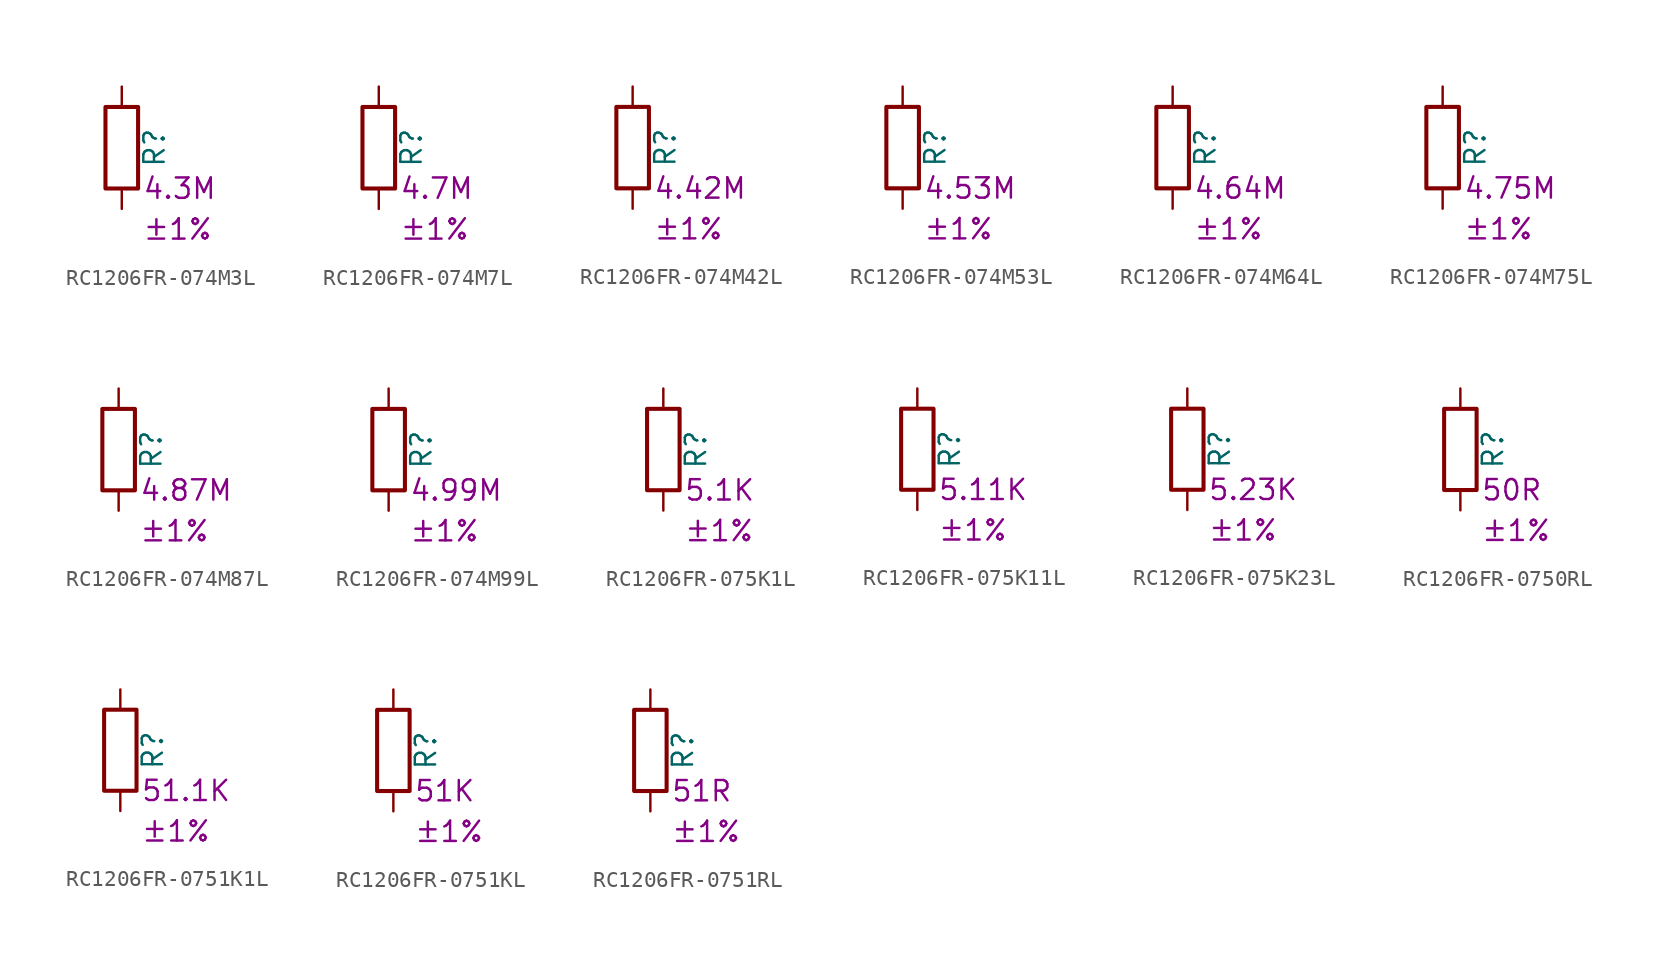
<source format=kicad_sym>
(kicad_symbol_lib
  (version 20220914)
  (generator kicad_symbol_editor)
  (symbol "RC1206FR-074M3L"
    (pin_numbers hide)
    (pin_names
      (offset 0))
    (property "Reference" "R"
      (at 2.032 0 90)
      (effects (font (size 1.27 1.27))))
    (property "Resistance" "4.3M"
      (at 1.27 -2.54 0)
      (effects (font (size 1.27 1.27)) (justify left)))
    (property "Tolerance" "±1%"
      (at 1.27 -5.08 0)
      (effects (font (size 1.27 1.27)) (justify left)))
    (symbol "RC1206FR-074M3L_0_1"
      (rectangle (start -1.016 -2.54) (end 1.016 2.54) (stroke (width 0.254) (type default)) (fill (type none))))
    (symbol "RC1206FR-074M3L_1_1"
      (pin passive line (at 0 3.81 270) (length 1.27) (name "~" (effects (font (size 1.27 1.27)))) (number "1" (effects (font (size 1.27 1.27)))))
      (pin passive line (at 0 -3.81 90) (length 1.27) (name "~" (effects (font (size 1.27 1.27)))) (number "2" (effects (font (size 1.27 1.27)))))))
  (symbol "RC1206FR-074M7L"
    (pin_numbers hide)
    (pin_names
      (offset 0))
    (property "Reference" "R"
      (at 2.032 0 90)
      (effects (font (size 1.27 1.27))))
    (property "Resistance" "4.7M"
      (at 1.27 -2.54 0)
      (effects (font (size 1.27 1.27)) (justify left)))
    (property "Tolerance" "±1%"
      (at 1.27 -5.08 0)
      (effects (font (size 1.27 1.27)) (justify left)))
    (symbol "RC1206FR-074M7L_0_1"
      (rectangle (start -1.016 -2.54) (end 1.016 2.54) (stroke (width 0.254) (type default)) (fill (type none))))
    (symbol "RC1206FR-074M7L_1_1"
      (pin passive line (at 0 3.81 270) (length 1.27) (name "~" (effects (font (size 1.27 1.27)))) (number "1" (effects (font (size 1.27 1.27)))))
      (pin passive line (at 0 -3.81 90) (length 1.27) (name "~" (effects (font (size 1.27 1.27)))) (number "2" (effects (font (size 1.27 1.27)))))))
  (symbol "RC1206FR-074M42L"
    (pin_numbers hide)
    (pin_names
      (offset 0))
    (property "Reference" "R"
      (at 2.032 0 90)
      (effects (font (size 1.27 1.27))))
    (property "Resistance" "4.42M"
      (at 1.27 -2.54 0)
      (effects (font (size 1.27 1.27)) (justify left)))
    (property "Tolerance" "±1%"
      (at 1.27 -5.08 0)
      (effects (font (size 1.27 1.27)) (justify left)))
    (symbol "RC1206FR-074M42L_0_1"
      (rectangle (start -1.016 -2.54) (end 1.016 2.54) (stroke (width 0.254) (type default)) (fill (type none))))
    (symbol "RC1206FR-074M42L_1_1"
      (pin passive line (at 0 3.81 270) (length 1.27) (name "~" (effects (font (size 1.27 1.27)))) (number "1" (effects (font (size 1.27 1.27)))))
      (pin passive line (at 0 -3.81 90) (length 1.27) (name "~" (effects (font (size 1.27 1.27)))) (number "2" (effects (font (size 1.27 1.27)))))))
  (symbol "RC1206FR-074M53L"
    (pin_numbers hide)
    (pin_names
      (offset 0))
    (property "Reference" "R"
      (at 2.032 0 90)
      (effects (font (size 1.27 1.27))))
    (property "Resistance" "4.53M"
      (at 1.27 -2.54 0)
      (effects (font (size 1.27 1.27)) (justify left)))
    (property "Tolerance" "±1%"
      (at 1.27 -5.08 0)
      (effects (font (size 1.27 1.27)) (justify left)))
    (symbol "RC1206FR-074M53L_0_1"
      (rectangle (start -1.016 -2.54) (end 1.016 2.54) (stroke (width 0.254) (type default)) (fill (type none))))
    (symbol "RC1206FR-074M53L_1_1"
      (pin passive line (at 0 3.81 270) (length 1.27) (name "~" (effects (font (size 1.27 1.27)))) (number "1" (effects (font (size 1.27 1.27)))))
      (pin passive line (at 0 -3.81 90) (length 1.27) (name "~" (effects (font (size 1.27 1.27)))) (number "2" (effects (font (size 1.27 1.27)))))))
  (symbol "RC1206FR-074M64L"
    (pin_numbers hide)
    (pin_names
      (offset 0))
    (property "Reference" "R"
      (at 2.032 0 90)
      (effects (font (size 1.27 1.27))))
    (property "Resistance" "4.64M"
      (at 1.27 -2.54 0)
      (effects (font (size 1.27 1.27)) (justify left)))
    (property "Tolerance" "±1%"
      (at 1.27 -5.08 0)
      (effects (font (size 1.27 1.27)) (justify left)))
    (symbol "RC1206FR-074M64L_0_1"
      (rectangle (start -1.016 -2.54) (end 1.016 2.54) (stroke (width 0.254) (type default)) (fill (type none))))
    (symbol "RC1206FR-074M64L_1_1"
      (pin passive line (at 0 3.81 270) (length 1.27) (name "~" (effects (font (size 1.27 1.27)))) (number "1" (effects (font (size 1.27 1.27)))))
      (pin passive line (at 0 -3.81 90) (length 1.27) (name "~" (effects (font (size 1.27 1.27)))) (number "2" (effects (font (size 1.27 1.27)))))))
  (symbol "RC1206FR-074M75L"
    (pin_numbers hide)
    (pin_names
      (offset 0))
    (property "Reference" "R"
      (at 2.032 0 90)
      (effects (font (size 1.27 1.27))))
    (property "Resistance" "4.75M"
      (at 1.27 -2.54 0)
      (effects (font (size 1.27 1.27)) (justify left)))
    (property "Tolerance" "±1%"
      (at 1.27 -5.08 0)
      (effects (font (size 1.27 1.27)) (justify left)))
    (symbol "RC1206FR-074M75L_0_1"
      (rectangle (start -1.016 -2.54) (end 1.016 2.54) (stroke (width 0.254) (type default)) (fill (type none))))
    (symbol "RC1206FR-074M75L_1_1"
      (pin passive line (at 0 3.81 270) (length 1.27) (name "~" (effects (font (size 1.27 1.27)))) (number "1" (effects (font (size 1.27 1.27)))))
      (pin passive line (at 0 -3.81 90) (length 1.27) (name "~" (effects (font (size 1.27 1.27)))) (number "2" (effects (font (size 1.27 1.27)))))))
  (symbol "RC1206FR-074M87L"
    (pin_numbers hide)
    (pin_names
      (offset 0))
    (property "Reference" "R"
      (at 2.032 0 90)
      (effects (font (size 1.27 1.27))))
    (property "Resistance" "4.87M"
      (at 1.27 -2.54 0)
      (effects (font (size 1.27 1.27)) (justify left)))
    (property "Tolerance" "±1%"
      (at 1.27 -5.08 0)
      (effects (font (size 1.27 1.27)) (justify left)))
    (symbol "RC1206FR-074M87L_0_1"
      (rectangle (start -1.016 -2.54) (end 1.016 2.54) (stroke (width 0.254) (type default)) (fill (type none))))
    (symbol "RC1206FR-074M87L_1_1"
      (pin passive line (at 0 3.81 270) (length 1.27) (name "~" (effects (font (size 1.27 1.27)))) (number "1" (effects (font (size 1.27 1.27)))))
      (pin passive line (at 0 -3.81 90) (length 1.27) (name "~" (effects (font (size 1.27 1.27)))) (number "2" (effects (font (size 1.27 1.27)))))))
  (symbol "RC1206FR-074M99L"
    (pin_numbers hide)
    (pin_names
      (offset 0))
    (property "Reference" "R"
      (at 2.032 0 90)
      (effects (font (size 1.27 1.27))))
    (property "Resistance" "4.99M"
      (at 1.27 -2.54 0)
      (effects (font (size 1.27 1.27)) (justify left)))
    (property "Tolerance" "±1%"
      (at 1.27 -5.08 0)
      (effects (font (size 1.27 1.27)) (justify left)))
    (symbol "RC1206FR-074M99L_0_1"
      (rectangle (start -1.016 -2.54) (end 1.016 2.54) (stroke (width 0.254) (type default)) (fill (type none))))
    (symbol "RC1206FR-074M99L_1_1"
      (pin passive line (at 0 3.81 270) (length 1.27) (name "~" (effects (font (size 1.27 1.27)))) (number "1" (effects (font (size 1.27 1.27)))))
      (pin passive line (at 0 -3.81 90) (length 1.27) (name "~" (effects (font (size 1.27 1.27)))) (number "2" (effects (font (size 1.27 1.27)))))))
  (symbol "RC1206FR-075K1L"
    (pin_numbers hide)
    (pin_names
      (offset 0))
    (property "Reference" "R"
      (at 2.032 0 90)
      (effects (font (size 1.27 1.27))))
    (property "Resistance" "5.1K"
      (at 1.27 -2.54 0)
      (effects (font (size 1.27 1.27)) (justify left)))
    (property "Tolerance" "±1%"
      (at 1.27 -5.08 0)
      (effects (font (size 1.27 1.27)) (justify left)))
    (symbol "RC1206FR-075K1L_0_1"
      (rectangle (start -1.016 -2.54) (end 1.016 2.54) (stroke (width 0.254) (type default)) (fill (type none))))
    (symbol "RC1206FR-075K1L_1_1"
      (pin passive line (at 0 3.81 270) (length 1.27) (name "~" (effects (font (size 1.27 1.27)))) (number "1" (effects (font (size 1.27 1.27)))))
      (pin passive line (at 0 -3.81 90) (length 1.27) (name "~" (effects (font (size 1.27 1.27)))) (number "2" (effects (font (size 1.27 1.27)))))))
  (symbol "RC1206FR-075K11L"
    (pin_numbers hide)
    (pin_names
      (offset 0))
    (property "Reference" "R"
      (at 2.032 0 90)
      (effects (font (size 1.27 1.27))))
    (property "Resistance" "5.11K"
      (at 1.27 -2.54 0)
      (effects (font (size 1.27 1.27)) (justify left)))
    (property "Tolerance" "±1%"
      (at 1.27 -5.08 0)
      (effects (font (size 1.27 1.27)) (justify left)))
    (symbol "RC1206FR-075K11L_0_1"
      (rectangle (start -1.016 -2.54) (end 1.016 2.54) (stroke (width 0.254) (type default)) (fill (type none))))
    (symbol "RC1206FR-075K11L_1_1"
      (pin passive line (at 0 3.81 270) (length 1.27) (name "~" (effects (font (size 1.27 1.27)))) (number "1" (effects (font (size 1.27 1.27)))))
      (pin passive line (at 0 -3.81 90) (length 1.27) (name "~" (effects (font (size 1.27 1.27)))) (number "2" (effects (font (size 1.27 1.27)))))))
  (symbol "RC1206FR-075K23L"
    (pin_numbers hide)
    (pin_names
      (offset 0))
    (property "Reference" "R"
      (at 2.032 0 90)
      (effects (font (size 1.27 1.27))))
    (property "Resistance" "5.23K"
      (at 1.27 -2.54 0)
      (effects (font (size 1.27 1.27)) (justify left)))
    (property "Tolerance" "±1%"
      (at 1.27 -5.08 0)
      (effects (font (size 1.27 1.27)) (justify left)))
    (symbol "RC1206FR-075K23L_0_1"
      (rectangle (start -1.016 -2.54) (end 1.016 2.54) (stroke (width 0.254) (type default)) (fill (type none))))
    (symbol "RC1206FR-075K23L_1_1"
      (pin passive line (at 0 3.81 270) (length 1.27) (name "~" (effects (font (size 1.27 1.27)))) (number "1" (effects (font (size 1.27 1.27)))))
      (pin passive line (at 0 -3.81 90) (length 1.27) (name "~" (effects (font (size 1.27 1.27)))) (number "2" (effects (font (size 1.27 1.27)))))))
  (symbol "RC1206FR-0750RL"
    (pin_numbers hide)
    (pin_names
      (offset 0))
    (property "Reference" "R"
      (at 2.032 0 90)
      (effects (font (size 1.27 1.27))))
    (property "Resistance" "50R"
      (at 1.27 -2.54 0)
      (effects (font (size 1.27 1.27)) (justify left)))
    (property "Tolerance" "±1%"
      (at 1.27 -5.08 0)
      (effects (font (size 1.27 1.27)) (justify left)))
    (symbol "RC1206FR-0750RL_0_1"
      (rectangle (start -1.016 -2.54) (end 1.016 2.54) (stroke (width 0.254) (type default)) (fill (type none))))
    (symbol "RC1206FR-0750RL_1_1"
      (pin passive line (at 0 3.81 270) (length 1.27) (name "~" (effects (font (size 1.27 1.27)))) (number "1" (effects (font (size 1.27 1.27)))))
      (pin passive line (at 0 -3.81 90) (length 1.27) (name "~" (effects (font (size 1.27 1.27)))) (number "2" (effects (font (size 1.27 1.27)))))))
  (symbol "RC1206FR-0751K1L"
    (pin_numbers hide)
    (pin_names
      (offset 0))
    (property "Reference" "R"
      (at 2.032 0 90)
      (effects (font (size 1.27 1.27))))
    (property "Resistance" "51.1K"
      (at 1.27 -2.54 0)
      (effects (font (size 1.27 1.27)) (justify left)))
    (property "Tolerance" "±1%"
      (at 1.27 -5.08 0)
      (effects (font (size 1.27 1.27)) (justify left)))
    (symbol "RC1206FR-0751K1L_0_1"
      (rectangle (start -1.016 -2.54) (end 1.016 2.54) (stroke (width 0.254) (type default)) (fill (type none))))
    (symbol "RC1206FR-0751K1L_1_1"
      (pin passive line (at 0 3.81 270) (length 1.27) (name "~" (effects (font (size 1.27 1.27)))) (number "1" (effects (font (size 1.27 1.27)))))
      (pin passive line (at 0 -3.81 90) (length 1.27) (name "~" (effects (font (size 1.27 1.27)))) (number "2" (effects (font (size 1.27 1.27)))))))
  (symbol "RC1206FR-0751KL"
    (pin_numbers hide)
    (pin_names
      (offset 0))
    (property "Reference" "R"
      (at 2.032 0 90)
      (effects (font (size 1.27 1.27))))
    (property "Resistance" "51K"
      (at 1.27 -2.54 0)
      (effects (font (size 1.27 1.27)) (justify left)))
    (property "Tolerance" "±1%"
      (at 1.27 -5.08 0)
      (effects (font (size 1.27 1.27)) (justify left)))
    (symbol "RC1206FR-0751KL_0_1"
      (rectangle (start -1.016 -2.54) (end 1.016 2.54) (stroke (width 0.254) (type default)) (fill (type none))))
    (symbol "RC1206FR-0751KL_1_1"
      (pin passive line (at 0 3.81 270) (length 1.27) (name "~" (effects (font (size 1.27 1.27)))) (number "1" (effects (font (size 1.27 1.27)))))
      (pin passive line (at 0 -3.81 90) (length 1.27) (name "~" (effects (font (size 1.27 1.27)))) (number "2" (effects (font (size 1.27 1.27)))))))
  (symbol "RC1206FR-0751RL"
    (pin_numbers hide)
    (pin_names
      (offset 0))
    (property "Reference" "R"
      (at 2.032 0 90)
      (effects (font (size 1.27 1.27))))
    (property "Resistance" "51R"
      (at 1.27 -2.54 0)
      (effects (font (size 1.27 1.27)) (justify left)))
    (property "Tolerance" "±1%"
      (at 1.27 -5.08 0)
      (effects (font (size 1.27 1.27)) (justify left)))
    (symbol "RC1206FR-0751RL_0_1"
      (rectangle (start -1.016 -2.54) (end 1.016 2.54) (stroke (width 0.254) (type default)) (fill (type none))))
    (symbol "RC1206FR-0751RL_1_1"
      (pin passive line (at 0 3.81 270) (length 1.27) (name "~" (effects (font (size 1.27 1.27)))) (number "1" (effects (font (size 1.27 1.27)))))
      (pin passive line (at 0 -3.81 90) (length 1.27) (name "~" (effects (font (size 1.27 1.27)))) (number "2" (effects (font (size 1.27 1.27))))))))
</source>
